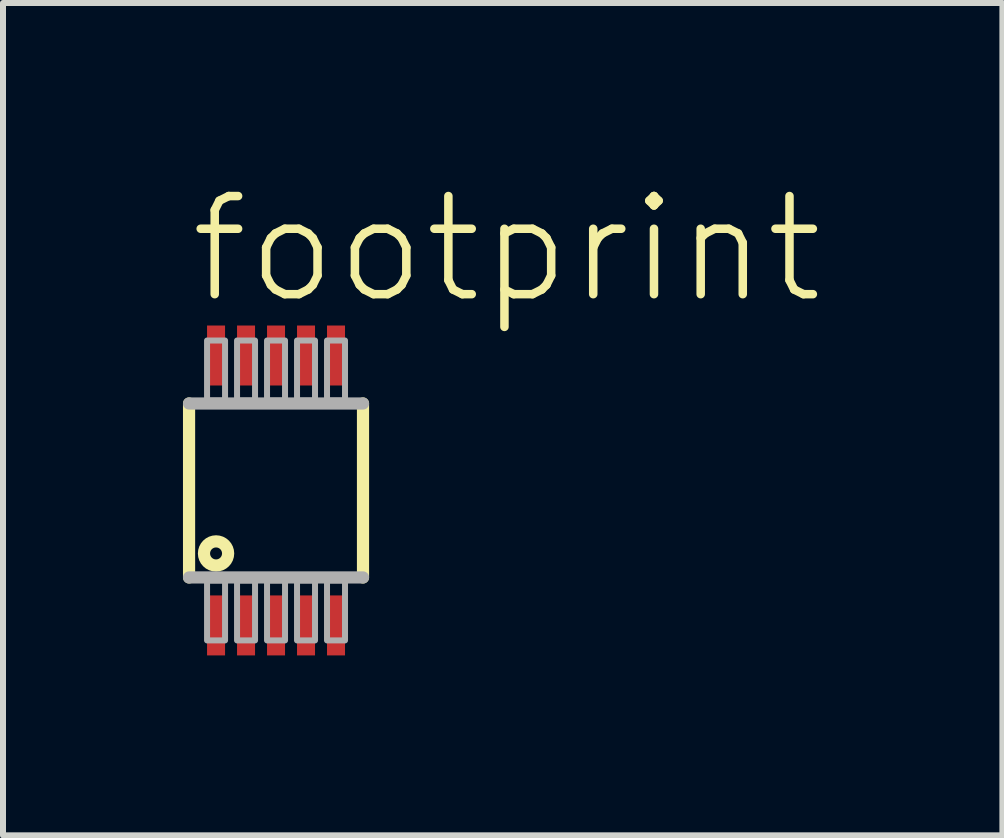
<source format=kicad_pcb>
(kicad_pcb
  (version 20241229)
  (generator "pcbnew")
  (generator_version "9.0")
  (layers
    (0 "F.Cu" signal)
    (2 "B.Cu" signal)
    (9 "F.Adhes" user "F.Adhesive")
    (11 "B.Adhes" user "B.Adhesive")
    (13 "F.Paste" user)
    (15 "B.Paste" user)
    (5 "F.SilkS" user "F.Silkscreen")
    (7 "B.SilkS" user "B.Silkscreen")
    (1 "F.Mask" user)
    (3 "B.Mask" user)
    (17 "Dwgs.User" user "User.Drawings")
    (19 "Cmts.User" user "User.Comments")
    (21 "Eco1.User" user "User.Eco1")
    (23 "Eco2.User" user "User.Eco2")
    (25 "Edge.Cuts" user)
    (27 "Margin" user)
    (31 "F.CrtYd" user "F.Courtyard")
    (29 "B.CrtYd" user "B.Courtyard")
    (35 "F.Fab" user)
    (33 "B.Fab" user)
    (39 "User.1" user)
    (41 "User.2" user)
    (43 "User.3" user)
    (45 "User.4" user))
  (footprint "footprint"
    (layer "F.Cu")
    (at 1.552 5.127)
    (property "Reference" "footprint" (at -1.505 -3.065 0) (layer "F.SilkS") (effects (font (size 1.636 1.636) (thickness 0.142)) (justify left bottom)))
    (fp_line (start -1.45 1.45) (end -1.45 -1.45) (stroke (width 0.203) (type solid)) (layer "F.SilkS"))
    (fp_line (start 1.45 -1.45) (end 1.45 1.45) (stroke (width 0.203) (type solid)) (layer "F.SilkS"))
    (fp_circle (center -1 1.05) (end -0.9 1.05) (stroke (width 0.203) (type solid)) (fill no) (layer "F.SilkS"))
    (fp_line (start -1.45 -1.45) (end 1.45 -1.45) (stroke (width 0.203) (type solid)) (layer "F.Fab"))
    (fp_line (start 1.45 1.45) (end -1.45 1.45) (stroke (width 0.203) (type solid)) (layer "F.Fab"))
    (fp_poly (pts (xy -1.15 -1.5) (xy -0.85 -1.5) (xy -0.85 -2.5) (xy -1.15 -2.5)) (stroke (width 0.1) (type solid)) (fill no) (layer "F.Fab"))
    (fp_poly (pts (xy -1.15 2.5) (xy -0.85 2.5) (xy -0.85 1.5) (xy -1.15 1.5)) (stroke (width 0.1) (type solid)) (fill no) (layer "F.Fab"))
    (fp_poly (pts (xy -0.65 -1.5) (xy -0.35 -1.5) (xy -0.35 -2.5) (xy -0.65 -2.5)) (stroke (width 0.1) (type solid)) (fill no) (layer "F.Fab"))
    (fp_poly (pts (xy -0.65 2.5) (xy -0.35 2.5) (xy -0.35 1.5) (xy -0.65 1.5)) (stroke (width 0.1) (type solid)) (fill no) (layer "F.Fab"))
    (fp_poly (pts (xy -0.15 -1.5) (xy 0.15 -1.5) (xy 0.15 -2.5) (xy -0.15 -2.5)) (stroke (width 0.1) (type solid)) (fill no) (layer "F.Fab"))
    (fp_poly (pts (xy -0.15 2.5) (xy 0.15 2.5) (xy 0.15 1.5) (xy -0.15 1.5)) (stroke (width 0.1) (type solid)) (fill no) (layer "F.Fab"))
    (fp_poly (pts (xy 0.35 -1.5) (xy 0.65 -1.5) (xy 0.65 -2.5) (xy 0.35 -2.5)) (stroke (width 0.1) (type solid)) (fill no) (layer "F.Fab"))
    (fp_poly (pts (xy 0.35 2.5) (xy 0.65 2.5) (xy 0.65 1.5) (xy 0.35 1.5)) (stroke (width 0.1) (type solid)) (fill no) (layer "F.Fab"))
    (fp_poly (pts (xy 0.85 -1.5) (xy 1.15 -1.5) (xy 1.15 -2.5) (xy 0.85 -2.5)) (stroke (width 0.1) (type solid)) (fill no) (layer "F.Fab"))
    (fp_poly (pts (xy 0.85 2.5) (xy 1.15 2.5) (xy 1.15 1.5) (xy 0.85 1.5)) (stroke (width 0.1) (type solid)) (fill no) (layer "F.Fab"))
    (pad "1" smd rect (at -1 2.25) (size 0.3 1) (layers "F.Cu" "F.Mask" "F.Paste"))
    (pad "2" smd rect (at -0.5 2.25) (size 0.3 1) (layers "F.Cu" "F.Mask" "F.Paste"))
    (pad "3" smd rect (at 0 2.25) (size 0.3 1) (layers "F.Cu" "F.Mask" "F.Paste"))
    (pad "4" smd rect (at 0.5 2.25) (size 0.3 1) (layers "F.Cu" "F.Mask" "F.Paste"))
    (pad "5" smd rect (at 1 2.25) (size 0.3 1) (layers "F.Cu" "F.Mask" "F.Paste"))
    (pad "6" smd rect (at 1 -2.25) (size 0.3 1) (layers "F.Cu" "F.Mask" "F.Paste"))
    (pad "7" smd rect (at 0.5 -2.25) (size 0.3 1) (layers "F.Cu" "F.Mask" "F.Paste"))
    (pad "8" smd rect (at 0 -2.25) (size 0.3 1) (layers "F.Cu" "F.Mask" "F.Paste"))
    (pad "9" smd rect (at -0.5 -2.25) (size 0.3 1) (layers "F.Cu" "F.Mask" "F.Paste"))
    (pad "10" smd rect (at -1 -2.25) (size 0.3 1) (layers "F.Cu" "F.Mask" "F.Paste")))
  (gr_rect
    (start -3 -3)
    (end 13.662 10.877)
    (stroke (width 0.1) (type default))
    (fill no)
    (layer "Edge.Cuts")))
</source>
